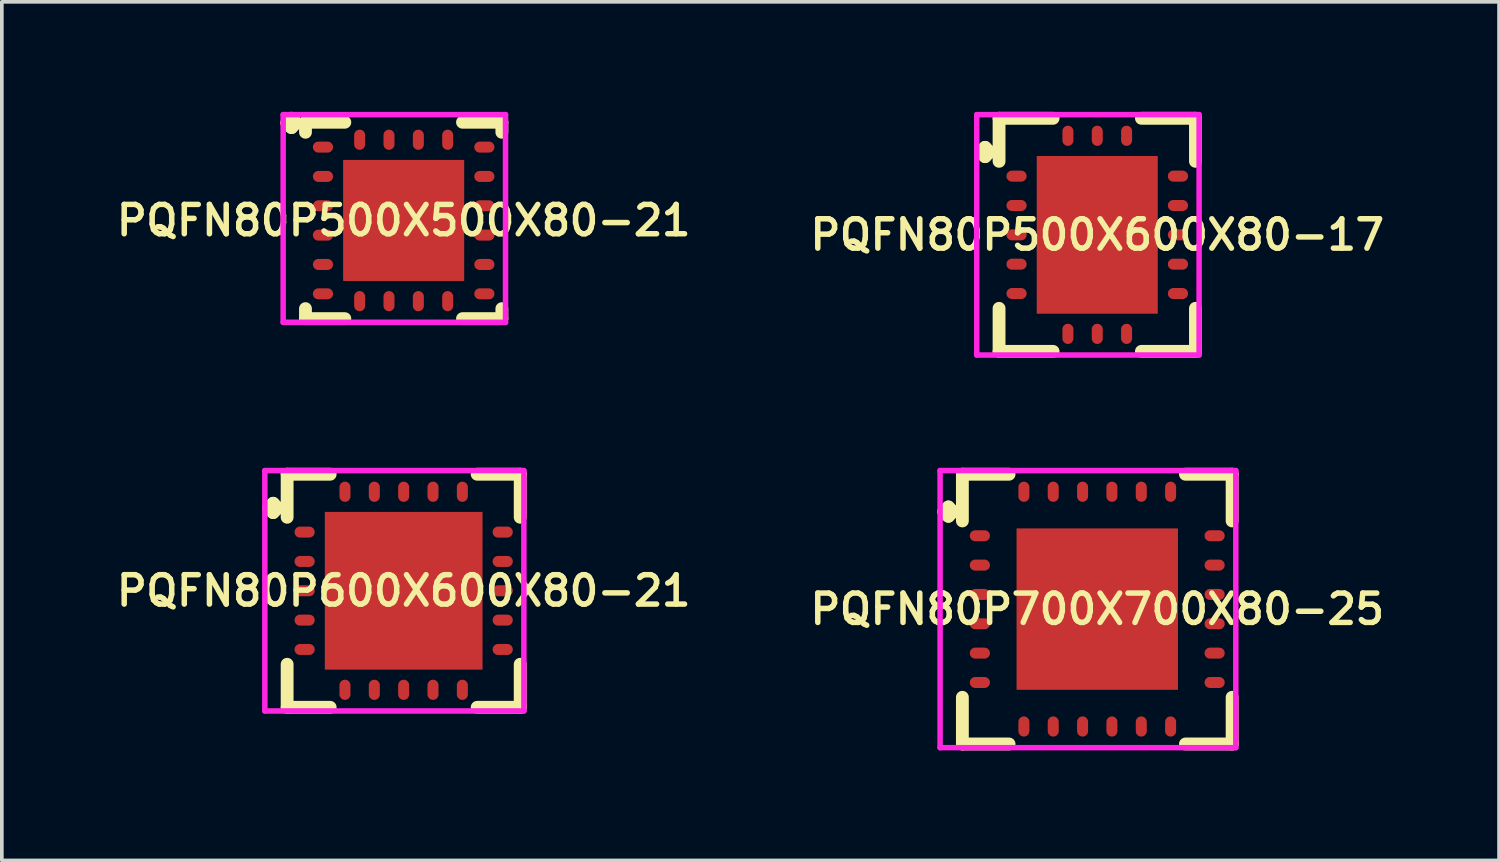
<source format=kicad_pcb>
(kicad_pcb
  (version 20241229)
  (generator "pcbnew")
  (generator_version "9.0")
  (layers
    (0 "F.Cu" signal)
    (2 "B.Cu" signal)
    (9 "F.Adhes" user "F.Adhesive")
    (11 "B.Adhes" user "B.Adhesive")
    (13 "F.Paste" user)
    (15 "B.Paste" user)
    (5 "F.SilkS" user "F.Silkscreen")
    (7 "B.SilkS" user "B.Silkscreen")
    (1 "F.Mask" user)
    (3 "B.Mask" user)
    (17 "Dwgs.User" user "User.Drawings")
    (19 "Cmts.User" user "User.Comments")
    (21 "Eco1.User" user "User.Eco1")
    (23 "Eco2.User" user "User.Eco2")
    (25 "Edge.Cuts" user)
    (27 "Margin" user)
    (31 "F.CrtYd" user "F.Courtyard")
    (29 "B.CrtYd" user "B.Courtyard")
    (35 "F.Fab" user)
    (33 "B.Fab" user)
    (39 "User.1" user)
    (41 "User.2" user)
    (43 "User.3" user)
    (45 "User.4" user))
  (footprint "PQFN80P500X500X80-21"
    (layer "F.Cu")
    (at 7.955 2.96)
    (property "Reference" "PQFN80P500X500X80-21" (at 0 0 0) (layer "F.SilkS") (effects (font (size 0.8 0.8) (thickness 0.15))))
    (attr smd)
    (fp_line (start -3.185 -2.658) (end -3.058 -2.785) (stroke (width 0.35) (type solid)) (layer "F.SilkS"))
    (fp_line (start -3.058 -2.785) (end -2.931 -2.658) (stroke (width 0.35) (type solid)) (layer "F.SilkS"))
    (fp_line (start -3.058 -2.531) (end -3.185 -2.658) (stroke (width 0.35) (type solid)) (layer "F.SilkS"))
    (fp_line (start -2.931 -2.658) (end -3.058 -2.531) (stroke (width 0.35) (type solid)) (layer "F.SilkS"))
    (fp_line (start -2.677 -2.677) (end -1.604 -2.677) (stroke (width 0.35) (type solid)) (layer "F.SilkS"))
    (fp_line (start -2.677 -2.404) (end -2.677 -2.677) (stroke (width 0.35) (type solid)) (layer "F.SilkS"))
    (fp_line (start -2.677 2.404) (end -2.677 2.677) (stroke (width 0.35) (type solid)) (layer "F.SilkS"))
    (fp_line (start -2.677 2.677) (end -1.604 2.677) (stroke (width 0.35) (type solid)) (layer "F.SilkS"))
    (fp_line (start 1.604 -2.677) (end 2.677 -2.677) (stroke (width 0.35) (type solid)) (layer "F.SilkS"))
    (fp_line (start 1.604 2.677) (end 2.677 2.677) (stroke (width 0.35) (type solid)) (layer "F.SilkS"))
    (fp_line (start 2.677 -2.677) (end 2.677 -2.404) (stroke (width 0.35) (type solid)) (layer "F.SilkS"))
    (fp_line (start 2.677 2.677) (end 2.677 2.404) (stroke (width 0.35) (type solid)) (layer "F.SilkS"))
    (fp_line (start -3.285 -2.885) (end 2.777 -2.885) (stroke (width 0.15) (type solid)) (layer "F.CrtYd"))
    (fp_line (start -3.285 2.777) (end -3.285 -2.885) (stroke (width 0.15) (type solid)) (layer "F.CrtYd"))
    (fp_line (start 2.777 -2.885) (end 2.777 2.777) (stroke (width 0.15) (type solid)) (layer "F.CrtYd"))
    (fp_line (start 2.777 2.777) (end -3.285 2.777) (stroke (width 0.15) (type solid)) (layer "F.CrtYd"))
    (pad "1" smd oval (at -2.2 -2) (size 0.55 0.3) (layers "F.Cu" "F.Mask" "F.Paste"))
    (pad "2" smd oval (at -2.2 -1.2) (size 0.55 0.3) (layers "F.Cu" "F.Mask" "F.Paste"))
    (pad "3" smd oval (at -2.2 -0.4) (size 0.55 0.3) (layers "F.Cu" "F.Mask" "F.Paste"))
    (pad "4" smd oval (at -2.2 0.4) (size 0.55 0.3) (layers "F.Cu" "F.Mask" "F.Paste"))
    (pad "5" smd oval (at -2.2 1.2) (size 0.55 0.3) (layers "F.Cu" "F.Mask" "F.Paste"))
    (pad "6" smd oval (at -2.2 2) (size 0.55 0.3) (layers "F.Cu" "F.Mask" "F.Paste"))
    (pad "7" smd oval (at -1.2 2.2) (size 0.3 0.55) (layers "F.Cu" "F.Mask" "F.Paste"))
    (pad "8" smd oval (at -0.4 2.2) (size 0.3 0.55) (layers "F.Cu" "F.Mask" "F.Paste"))
    (pad "9" smd oval (at 0.4 2.2) (size 0.3 0.55) (layers "F.Cu" "F.Mask" "F.Paste"))
    (pad "10" smd oval (at 1.2 2.2) (size 0.3 0.55) (layers "F.Cu" "F.Mask" "F.Paste"))
    (pad "11" smd oval (at 2.2 2) (size 0.55 0.3) (layers "F.Cu" "F.Mask" "F.Paste"))
    (pad "12" smd oval (at 2.2 1.2) (size 0.55 0.3) (layers "F.Cu" "F.Mask" "F.Paste"))
    (pad "13" smd oval (at 2.2 0.4) (size 0.55 0.3) (layers "F.Cu" "F.Mask" "F.Paste"))
    (pad "14" smd oval (at 2.2 -0.4) (size 0.55 0.3) (layers "F.Cu" "F.Mask" "F.Paste"))
    (pad "15" smd oval (at 2.2 -1.2) (size 0.55 0.3) (layers "F.Cu" "F.Mask" "F.Paste"))
    (pad "16" smd oval (at 2.2 -2) (size 0.55 0.3) (layers "F.Cu" "F.Mask" "F.Paste"))
    (pad "17" smd oval (at 1.2 -2.2) (size 0.3 0.55) (layers "F.Cu" "F.Mask" "F.Paste"))
    (pad "18" smd oval (at 0.4 -2.2) (size 0.3 0.55) (layers "F.Cu" "F.Mask" "F.Paste"))
    (pad "19" smd oval (at -0.4 -2.2) (size 0.3 0.55) (layers "F.Cu" "F.Mask" "F.Paste"))
    (pad "20" smd oval (at -1.2 -2.2) (size 0.3 0.55) (layers "F.Cu" "F.Mask" "F.Paste"))
    (pad "21" smd rect (at 0 0) (size 3.3 3.3) (layers "F.Cu" "F.Mask" "F.Paste")))
  (footprint "PQFN80P500X600X80-17"
    (layer "F.Cu")
    (at 26.864 3.352)
    (property "Reference" "PQFN80P500X600X80-17" (at 0 0 0) (layer "F.SilkS") (effects (font (size 0.8 0.8) (thickness 0.15))))
    (attr smd)
    (fp_line (start -3.185 -2.258) (end -3.058 -2.385) (stroke (width 0.35) (type solid)) (layer "F.SilkS"))
    (fp_line (start -3.058 -2.385) (end -2.931 -2.258) (stroke (width 0.35) (type solid)) (layer "F.SilkS"))
    (fp_line (start -3.058 -2.131) (end -3.185 -2.258) (stroke (width 0.35) (type solid)) (layer "F.SilkS"))
    (fp_line (start -2.931 -2.258) (end -3.058 -2.131) (stroke (width 0.35) (type solid)) (layer "F.SilkS"))
    (fp_line (start -2.677 -3.177) (end -1.204 -3.177) (stroke (width 0.35) (type solid)) (layer "F.SilkS"))
    (fp_line (start -2.677 -2.004) (end -2.677 -3.177) (stroke (width 0.35) (type solid)) (layer "F.SilkS"))
    (fp_line (start -2.677 2.004) (end -2.677 3.177) (stroke (width 0.35) (type solid)) (layer "F.SilkS"))
    (fp_line (start -2.677 3.177) (end -1.204 3.177) (stroke (width 0.35) (type solid)) (layer "F.SilkS"))
    (fp_line (start 1.204 -3.177) (end 2.677 -3.177) (stroke (width 0.35) (type solid)) (layer "F.SilkS"))
    (fp_line (start 1.204 3.177) (end 2.677 3.177) (stroke (width 0.35) (type solid)) (layer "F.SilkS"))
    (fp_line (start 2.677 -3.177) (end 2.677 -2.004) (stroke (width 0.35) (type solid)) (layer "F.SilkS"))
    (fp_line (start 2.677 3.177) (end 2.677 2.004) (stroke (width 0.35) (type solid)) (layer "F.SilkS"))
    (fp_line (start -3.285 -3.277) (end 2.777 -3.277) (stroke (width 0.15) (type solid)) (layer "F.CrtYd"))
    (fp_line (start -3.285 3.277) (end -3.285 -3.277) (stroke (width 0.15) (type solid)) (layer "F.CrtYd"))
    (fp_line (start 2.777 -3.277) (end 2.777 3.277) (stroke (width 0.15) (type solid)) (layer "F.CrtYd"))
    (fp_line (start 2.777 3.277) (end -3.285 3.277) (stroke (width 0.15) (type solid)) (layer "F.CrtYd"))
    (pad "1" smd oval (at -2.2 -1.6) (size 0.55 0.3) (layers "F.Cu" "F.Mask" "F.Paste"))
    (pad "2" smd oval (at -2.2 -0.8) (size 0.55 0.3) (layers "F.Cu" "F.Mask" "F.Paste"))
    (pad "3" smd oval (at -2.2 0) (size 0.55 0.3) (layers "F.Cu" "F.Mask" "F.Paste"))
    (pad "4" smd oval (at -2.2 0.8) (size 0.55 0.3) (layers "F.Cu" "F.Mask" "F.Paste"))
    (pad "5" smd oval (at -2.2 1.6) (size 0.55 0.3) (layers "F.Cu" "F.Mask" "F.Paste"))
    (pad "6" smd oval (at -0.8 2.7) (size 0.3 0.55) (layers "F.Cu" "F.Mask" "F.Paste"))
    (pad "7" smd oval (at 0 2.7) (size 0.3 0.55) (layers "F.Cu" "F.Mask" "F.Paste"))
    (pad "8" smd oval (at 0.8 2.7) (size 0.3 0.55) (layers "F.Cu" "F.Mask" "F.Paste"))
    (pad "9" smd oval (at 2.2 1.6) (size 0.55 0.3) (layers "F.Cu" "F.Mask" "F.Paste"))
    (pad "10" smd oval (at 2.2 0.8) (size 0.55 0.3) (layers "F.Cu" "F.Mask" "F.Paste"))
    (pad "11" smd oval (at 2.2 0) (size 0.55 0.3) (layers "F.Cu" "F.Mask" "F.Paste"))
    (pad "12" smd oval (at 2.2 -0.8) (size 0.55 0.3) (layers "F.Cu" "F.Mask" "F.Paste"))
    (pad "13" smd oval (at 2.2 -1.6) (size 0.55 0.3) (layers "F.Cu" "F.Mask" "F.Paste"))
    (pad "14" smd oval (at 0.8 -2.7) (size 0.3 0.55) (layers "F.Cu" "F.Mask" "F.Paste"))
    (pad "15" smd oval (at 0 -2.7) (size 0.3 0.55) (layers "F.Cu" "F.Mask" "F.Paste"))
    (pad "16" smd oval (at -0.8 -2.7) (size 0.3 0.55) (layers "F.Cu" "F.Mask" "F.Paste"))
    (pad "17" smd rect (at 0 0) (size 3.3 4.3) (layers "F.Cu" "F.Mask" "F.Paste")))
  (footprint "PQFN80P700X700X80-25"
    (layer "F.Cu")
    (at 26.864 13.556)
    (property "Reference" "PQFN80P700X700X80-25" (at 0 0 0) (layer "F.SilkS") (effects (font (size 0.8 0.8) (thickness 0.15))))
    (attr smd)
    (fp_line (start -4.185 -2.658) (end -4.058 -2.785) (stroke (width 0.35) (type solid)) (layer "F.SilkS"))
    (fp_line (start -4.058 -2.785) (end -3.931 -2.658) (stroke (width 0.35) (type solid)) (layer "F.SilkS"))
    (fp_line (start -4.058 -2.531) (end -4.185 -2.658) (stroke (width 0.35) (type solid)) (layer "F.SilkS"))
    (fp_line (start -3.931 -2.658) (end -4.058 -2.531) (stroke (width 0.35) (type solid)) (layer "F.SilkS"))
    (fp_line (start -3.677 -3.677) (end -2.404 -3.677) (stroke (width 0.35) (type solid)) (layer "F.SilkS"))
    (fp_line (start -3.677 -2.404) (end -3.677 -3.677) (stroke (width 0.35) (type solid)) (layer "F.SilkS"))
    (fp_line (start -3.677 2.404) (end -3.677 3.677) (stroke (width 0.35) (type solid)) (layer "F.SilkS"))
    (fp_line (start -3.677 3.677) (end -2.404 3.677) (stroke (width 0.35) (type solid)) (layer "F.SilkS"))
    (fp_line (start 2.404 -3.677) (end 3.677 -3.677) (stroke (width 0.35) (type solid)) (layer "F.SilkS"))
    (fp_line (start 2.404 3.677) (end 3.677 3.677) (stroke (width 0.35) (type solid)) (layer "F.SilkS"))
    (fp_line (start 3.677 -3.677) (end 3.677 -2.404) (stroke (width 0.35) (type solid)) (layer "F.SilkS"))
    (fp_line (start 3.677 3.677) (end 3.677 2.404) (stroke (width 0.35) (type solid)) (layer "F.SilkS"))
    (fp_line (start -4.285 -3.777) (end 3.777 -3.777) (stroke (width 0.15) (type solid)) (layer "F.CrtYd"))
    (fp_line (start -4.285 3.777) (end -4.285 -3.777) (stroke (width 0.15) (type solid)) (layer "F.CrtYd"))
    (fp_line (start 3.777 -3.777) (end 3.777 3.777) (stroke (width 0.15) (type solid)) (layer "F.CrtYd"))
    (fp_line (start 3.777 3.777) (end -4.285 3.777) (stroke (width 0.15) (type solid)) (layer "F.CrtYd"))
    (pad "1" smd oval (at -3.2 -2) (size 0.55 0.3) (layers "F.Cu" "F.Mask" "F.Paste"))
    (pad "2" smd oval (at -3.2 -1.2) (size 0.55 0.3) (layers "F.Cu" "F.Mask" "F.Paste"))
    (pad "3" smd oval (at -3.2 -0.4) (size 0.55 0.3) (layers "F.Cu" "F.Mask" "F.Paste"))
    (pad "4" smd oval (at -3.2 0.4) (size 0.55 0.3) (layers "F.Cu" "F.Mask" "F.Paste"))
    (pad "5" smd oval (at -3.2 1.2) (size 0.55 0.3) (layers "F.Cu" "F.Mask" "F.Paste"))
    (pad "6" smd oval (at -3.2 2) (size 0.55 0.3) (layers "F.Cu" "F.Mask" "F.Paste"))
    (pad "7" smd oval (at -2 3.2) (size 0.3 0.55) (layers "F.Cu" "F.Mask" "F.Paste"))
    (pad "8" smd oval (at -1.2 3.2) (size 0.3 0.55) (layers "F.Cu" "F.Mask" "F.Paste"))
    (pad "9" smd oval (at -0.4 3.2) (size 0.3 0.55) (layers "F.Cu" "F.Mask" "F.Paste"))
    (pad "10" smd oval (at 0.4 3.2) (size 0.3 0.55) (layers "F.Cu" "F.Mask" "F.Paste"))
    (pad "11" smd oval (at 1.2 3.2) (size 0.3 0.55) (layers "F.Cu" "F.Mask" "F.Paste"))
    (pad "12" smd oval (at 2 3.2) (size 0.3 0.55) (layers "F.Cu" "F.Mask" "F.Paste"))
    (pad "13" smd oval (at 3.2 2) (size 0.55 0.3) (layers "F.Cu" "F.Mask" "F.Paste"))
    (pad "14" smd oval (at 3.2 1.2) (size 0.55 0.3) (layers "F.Cu" "F.Mask" "F.Paste"))
    (pad "15" smd oval (at 3.2 0.4) (size 0.55 0.3) (layers "F.Cu" "F.Mask" "F.Paste"))
    (pad "16" smd oval (at 3.2 -0.4) (size 0.55 0.3) (layers "F.Cu" "F.Mask" "F.Paste"))
    (pad "17" smd oval (at 3.2 -1.2) (size 0.55 0.3) (layers "F.Cu" "F.Mask" "F.Paste"))
    (pad "18" smd oval (at 3.2 -2) (size 0.55 0.3) (layers "F.Cu" "F.Mask" "F.Paste"))
    (pad "19" smd oval (at 2 -3.2) (size 0.3 0.55) (layers "F.Cu" "F.Mask" "F.Paste"))
    (pad "20" smd oval (at 1.2 -3.2) (size 0.3 0.55) (layers "F.Cu" "F.Mask" "F.Paste"))
    (pad "21" smd oval (at 0.4 -3.2) (size 0.3 0.55) (layers "F.Cu" "F.Mask" "F.Paste"))
    (pad "22" smd oval (at -0.4 -3.2) (size 0.3 0.55) (layers "F.Cu" "F.Mask" "F.Paste"))
    (pad "23" smd oval (at -1.2 -3.2) (size 0.3 0.55) (layers "F.Cu" "F.Mask" "F.Paste"))
    (pad "24" smd oval (at -2 -3.2) (size 0.3 0.55) (layers "F.Cu" "F.Mask" "F.Paste"))
    (pad "25" smd rect (at 0 0) (size 4.4 4.4) (layers "F.Cu" "F.Mask" "F.Paste")))
  (footprint "PQFN80P600X600X80-21"
    (layer "F.Cu")
    (at 7.955 13.056)
    (property "Reference" "PQFN80P600X600X80-21" (at 0 0 0) (layer "F.SilkS") (effects (font (size 0.8 0.8) (thickness 0.15))))
    (attr smd)
    (fp_line (start -3.685 -2.258) (end -3.558 -2.385) (stroke (width 0.35) (type solid)) (layer "F.SilkS"))
    (fp_line (start -3.558 -2.385) (end -3.431 -2.258) (stroke (width 0.35) (type solid)) (layer "F.SilkS"))
    (fp_line (start -3.558 -2.131) (end -3.685 -2.258) (stroke (width 0.35) (type solid)) (layer "F.SilkS"))
    (fp_line (start -3.431 -2.258) (end -3.558 -2.131) (stroke (width 0.35) (type solid)) (layer "F.SilkS"))
    (fp_line (start -3.177 -3.177) (end -2.004 -3.177) (stroke (width 0.35) (type solid)) (layer "F.SilkS"))
    (fp_line (start -3.177 -2.004) (end -3.177 -3.177) (stroke (width 0.35) (type solid)) (layer "F.SilkS"))
    (fp_line (start -3.177 2.004) (end -3.177 3.177) (stroke (width 0.35) (type solid)) (layer "F.SilkS"))
    (fp_line (start -3.177 3.177) (end -2.004 3.177) (stroke (width 0.35) (type solid)) (layer "F.SilkS"))
    (fp_line (start 2.004 -3.177) (end 3.177 -3.177) (stroke (width 0.35) (type solid)) (layer "F.SilkS"))
    (fp_line (start 2.004 3.177) (end 3.177 3.177) (stroke (width 0.35) (type solid)) (layer "F.SilkS"))
    (fp_line (start 3.177 -3.177) (end 3.177 -2.004) (stroke (width 0.35) (type solid)) (layer "F.SilkS"))
    (fp_line (start 3.177 3.177) (end 3.177 2.004) (stroke (width 0.35) (type solid)) (layer "F.SilkS"))
    (fp_line (start -3.785 -3.277) (end 3.277 -3.277) (stroke (width 0.15) (type solid)) (layer "F.CrtYd"))
    (fp_line (start -3.785 3.277) (end -3.785 -3.277) (stroke (width 0.15) (type solid)) (layer "F.CrtYd"))
    (fp_line (start 3.277 -3.277) (end 3.277 3.277) (stroke (width 0.15) (type solid)) (layer "F.CrtYd"))
    (fp_line (start 3.277 3.277) (end -3.785 3.277) (stroke (width 0.15) (type solid)) (layer "F.CrtYd"))
    (pad "1" smd oval (at -2.7 -1.6) (size 0.55 0.3) (layers "F.Cu" "F.Mask" "F.Paste"))
    (pad "2" smd oval (at -2.7 -0.8) (size 0.55 0.3) (layers "F.Cu" "F.Mask" "F.Paste"))
    (pad "3" smd oval (at -2.7 0) (size 0.55 0.3) (layers "F.Cu" "F.Mask" "F.Paste"))
    (pad "4" smd oval (at -2.7 0.8) (size 0.55 0.3) (layers "F.Cu" "F.Mask" "F.Paste"))
    (pad "5" smd oval (at -2.7 1.6) (size 0.55 0.3) (layers "F.Cu" "F.Mask" "F.Paste"))
    (pad "6" smd oval (at -1.6 2.7) (size 0.3 0.55) (layers "F.Cu" "F.Mask" "F.Paste"))
    (pad "7" smd oval (at -0.8 2.7) (size 0.3 0.55) (layers "F.Cu" "F.Mask" "F.Paste"))
    (pad "8" smd oval (at 0 2.7) (size 0.3 0.55) (layers "F.Cu" "F.Mask" "F.Paste"))
    (pad "9" smd oval (at 0.8 2.7) (size 0.3 0.55) (layers "F.Cu" "F.Mask" "F.Paste"))
    (pad "10" smd oval (at 1.6 2.7) (size 0.3 0.55) (layers "F.Cu" "F.Mask" "F.Paste"))
    (pad "11" smd oval (at 2.7 1.6) (size 0.55 0.3) (layers "F.Cu" "F.Mask" "F.Paste"))
    (pad "12" smd oval (at 2.7 0.8) (size 0.55 0.3) (layers "F.Cu" "F.Mask" "F.Paste"))
    (pad "13" smd oval (at 2.7 0) (size 0.55 0.3) (layers "F.Cu" "F.Mask" "F.Paste"))
    (pad "14" smd oval (at 2.7 -0.8) (size 0.55 0.3) (layers "F.Cu" "F.Mask" "F.Paste"))
    (pad "15" smd oval (at 2.7 -1.6) (size 0.55 0.3) (layers "F.Cu" "F.Mask" "F.Paste"))
    (pad "16" smd oval (at 1.6 -2.7) (size 0.3 0.55) (layers "F.Cu" "F.Mask" "F.Paste"))
    (pad "17" smd oval (at 0.8 -2.7) (size 0.3 0.55) (layers "F.Cu" "F.Mask" "F.Paste"))
    (pad "18" smd oval (at 0 -2.7) (size 0.3 0.55) (layers "F.Cu" "F.Mask" "F.Paste"))
    (pad "19" smd oval (at -0.8 -2.7) (size 0.3 0.55) (layers "F.Cu" "F.Mask" "F.Paste"))
    (pad "20" smd oval (at -1.6 -2.7) (size 0.3 0.55) (layers "F.Cu" "F.Mask" "F.Paste"))
    (pad "21" smd rect (at 0 0) (size 4.3 4.3) (layers "F.Cu" "F.Mask" "F.Paste")))
  (gr_rect
    (start -3 -3)
    (end 37.818 20.408)
    (stroke (width 0.1) (type default))
    (fill no)
    (layer "Edge.Cuts")))
</source>
